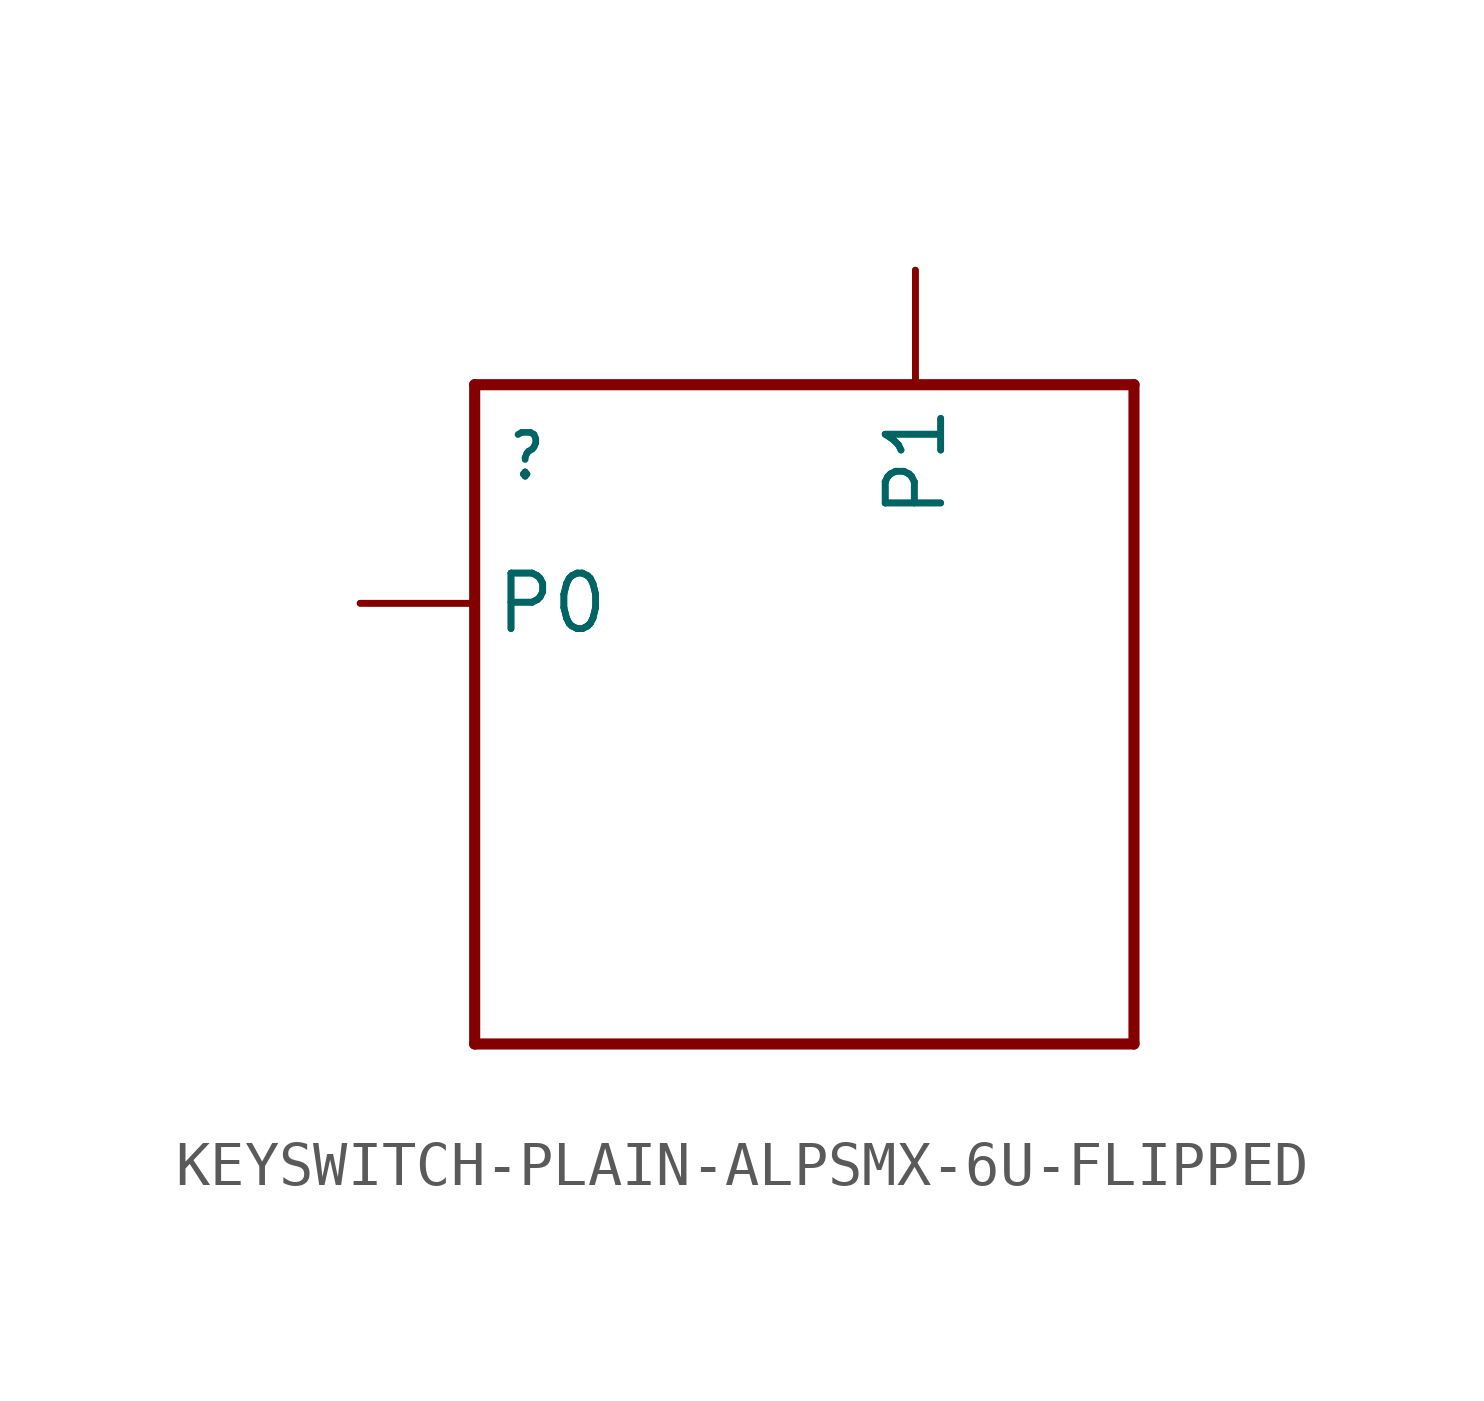
<source format=kicad_sym>
(kicad_symbol_lib
  (version 20211014)
  (generator kicad_symbol_editor)
  (symbol "KEYSWITCH-PLAIN-ALPSMX-6U-FLIPPED"
    (property "Reference" ""
      (at -6.81 5.318 0)
      (effects (font (size 1 0.85)) (justify left bottom)))
    (property "ki_locked" ""
      (at 0 0 0)
      (effects (font (size 1.27 1.27))))
    (symbol "KEYSWITCH-PLAIN-ALPSMX-6U-FLIPPED_1_0"
      (polyline (pts (xy -7.54 -7.54) (xy -7.54 7.54)) (stroke (width 0.254) (type default) (color 0 0 0 0)) (fill (type none)))
      (polyline (pts (xy -7.54 7.54) (xy 7.54 7.54)) (stroke (width 0.254) (type default) (color 0 0 0 0)) (fill (type none)))
      (polyline (pts (xy 7.54 -7.54) (xy -7.54 -7.54)) (stroke (width 0.254) (type default) (color 0 0 0 0)) (fill (type none)))
      (polyline (pts (xy 7.54 7.54) (xy 7.54 -7.54)) (stroke (width 0.254) (type default) (color 0 0 0 0)) (fill (type none)))
      (pin bidirectional line (at -10.16 2.54 0) (length 2.54) (name "P0" (effects (font (size 1.27 1.27)))) (number "ALPS1" (effects (font (size 0 0)))))
      (pin bidirectional line (at 2.54 10.16 270) (length 2.54) (name "P1" (effects (font (size 1.27 1.27)))) (number "ALPS2" (effects (font (size 0 0)))))
      (pin bidirectional line (at -10.16 2.54 0) (length 2.54) (name "P0" (effects (font (size 1.27 1.27)))) (number "MX1" (effects (font (size 0 0)))))
      (pin bidirectional line (at 2.54 10.16 270) (length 2.54) (name "P1" (effects (font (size 1.27 1.27)))) (number "MX2" (effects (font (size 0 0))))))))
</source>
